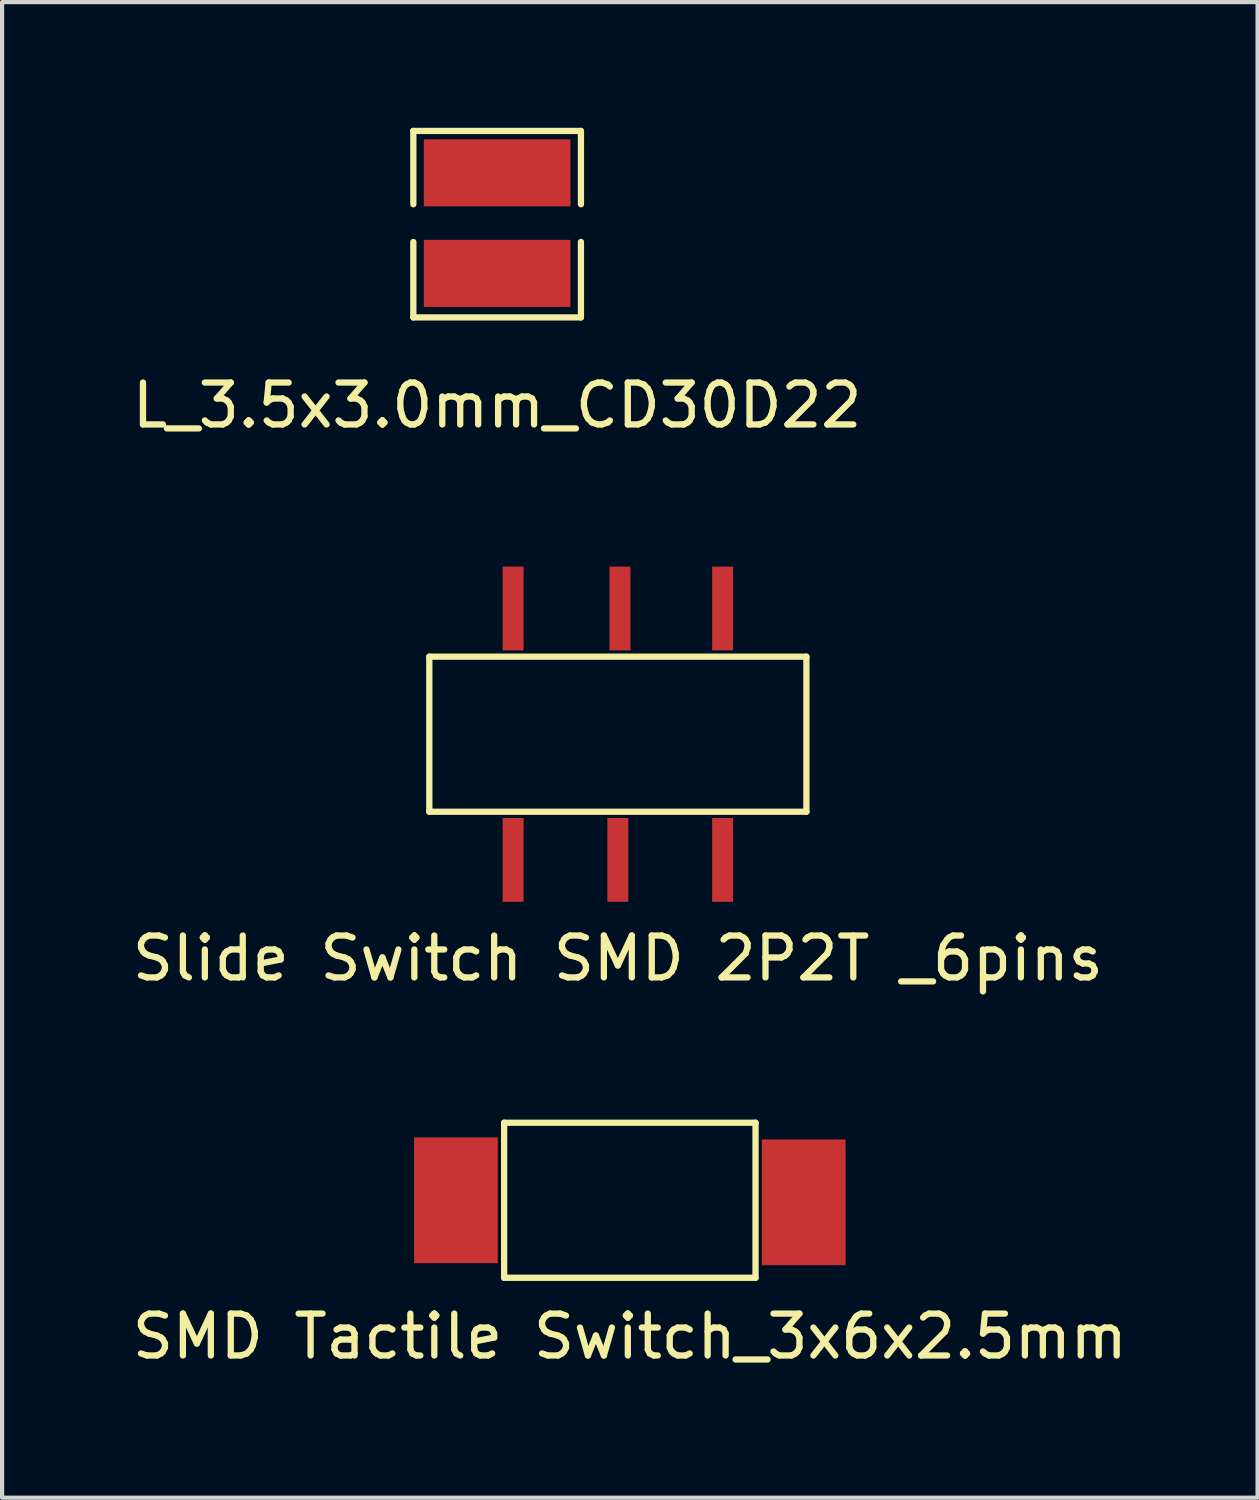
<source format=kicad_pcb>
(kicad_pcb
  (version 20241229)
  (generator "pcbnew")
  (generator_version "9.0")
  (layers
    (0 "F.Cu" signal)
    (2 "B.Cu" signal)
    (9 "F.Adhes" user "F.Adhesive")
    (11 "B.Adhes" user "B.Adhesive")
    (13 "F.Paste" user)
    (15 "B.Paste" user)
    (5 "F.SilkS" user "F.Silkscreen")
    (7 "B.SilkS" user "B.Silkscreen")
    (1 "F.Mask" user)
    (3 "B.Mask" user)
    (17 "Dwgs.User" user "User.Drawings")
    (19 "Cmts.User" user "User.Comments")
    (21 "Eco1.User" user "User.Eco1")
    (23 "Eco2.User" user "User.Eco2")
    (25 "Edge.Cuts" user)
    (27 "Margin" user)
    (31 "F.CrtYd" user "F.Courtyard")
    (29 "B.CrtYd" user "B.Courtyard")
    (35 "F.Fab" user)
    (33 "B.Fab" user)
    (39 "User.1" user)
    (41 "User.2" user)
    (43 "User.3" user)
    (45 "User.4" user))
  (footprint "L_3.5x3.0mm_CD30D22"
    (layer "F.Cu")
    (at 8.815 2.275)
    (property "Reference" "L_3.5x3.0mm_CD30D22" (at 0 4.35 0) (layer "F.SilkS") (effects (font (size 1 1) (thickness 0.15))))
    (attr through_hole)
    (fp_line (start -2 -2.2) (end 2 -2.2) (stroke (width 0.15) (type solid)) (layer "F.SilkS"))
    (fp_line (start -2 -0.45) (end -2 -2.2) (stroke (width 0.15) (type solid)) (layer "F.SilkS"))
    (fp_line (start -2 0.45) (end -2 2.25) (stroke (width 0.15) (type solid)) (layer "F.SilkS"))
    (fp_line (start -2 2.25) (end 2 2.25) (stroke (width 0.15) (type solid)) (layer "F.SilkS"))
    (fp_line (start 2 -2.2) (end 2 -0.45) (stroke (width 0.15) (type solid)) (layer "F.SilkS"))
    (fp_line (start 2 2.25) (end 2 0.45) (stroke (width 0.15) (type solid)) (layer "F.SilkS"))
    (pad "1" smd rect (at 0 -1.2) (size 3.5 1.6) (layers "F.Cu" "F.Mask" "F.Paste"))
    (pad "2" smd rect (at 0 1.2) (size 3.5 1.6) (layers "F.Cu" "F.Mask" "F.Paste")))
  (footprint "SMD Tactile Switch_3x6x2.5mm"
    (layer "F.Cu")
    (at 11.982 25.596)
    (property "Reference" "SMD Tactile Switch_3x6x2.5mm" (at 0 3.25 0) (layer "F.SilkS") (effects (font (size 1 1) (thickness 0.15))))
    (attr through_hole)
    (fp_line (start -3 -1.85) (end -3 1.85) (stroke (width 0.15) (type solid)) (layer "F.SilkS"))
    (fp_line (start -3 -1.85) (end 3 -1.85) (stroke (width 0.15) (type solid)) (layer "F.SilkS"))
    (fp_line (start -3 1.85) (end 3 1.85) (stroke (width 0.15) (type solid)) (layer "F.SilkS"))
    (fp_line (start 3 1.85) (end 3 -1.85) (stroke (width 0.15) (type solid)) (layer "F.SilkS"))
    (pad "1" smd rect (at -4.15 0) (size 2 3) (layers "F.Cu" "F.Mask" "F.Paste"))
    (pad "2" smd rect (at 4.15 0.05) (size 2 3) (layers "F.Cu" "F.Mask" "F.Paste")))
  (footprint "Slide Switch SMD 2P2T _6pins"
    (layer "F.Cu")
    (at 11.696 14.473)
    (property "Reference" "Slide Switch SMD 2P2T _6pins" (at 0 5.35 0) (layer "F.SilkS") (effects (font (size 1 1) (thickness 0.15))))
    (attr through_hole)
    (fp_line (start -4.5 -1.85) (end -4.5 1.85) (stroke (width 0.15) (type solid)) (layer "F.SilkS"))
    (fp_line (start -4.5 -1.85) (end 4.5 -1.85) (stroke (width 0.15) (type solid)) (layer "F.SilkS"))
    (fp_line (start -4.5 1.85) (end 4.5 1.85) (stroke (width 0.15) (type solid)) (layer "F.SilkS"))
    (fp_line (start 4.5 1.85) (end 4.5 -1.85) (stroke (width 0.15) (type solid)) (layer "F.SilkS"))
    (pad "1" smd rect (at -2.5 -3) (size 0.5 2) (layers "F.Cu" "F.Mask" "F.Paste"))
    (pad "1" smd rect (at -2.5 3) (size 0.5 2) (layers "F.Cu" "F.Mask" "F.Paste"))
    (pad "2" smd rect (at 0 3) (size 0.5 2) (layers "F.Cu" "F.Mask" "F.Paste"))
    (pad "2" smd rect (at 0.05 -3) (size 0.5 2) (layers "F.Cu" "F.Mask" "F.Paste"))
    (pad "3" smd rect (at 2.5 -3) (size 0.5 2) (layers "F.Cu" "F.Mask" "F.Paste"))
    (pad "3" smd rect (at 2.5 3) (size 0.5 2) (layers "F.Cu" "F.Mask" "F.Paste")))
  (gr_rect
    (start -3 -3)
    (end 26.964 32.695)
    (stroke (width 0.1) (type default))
    (fill no)
    (layer "Edge.Cuts")))
</source>
